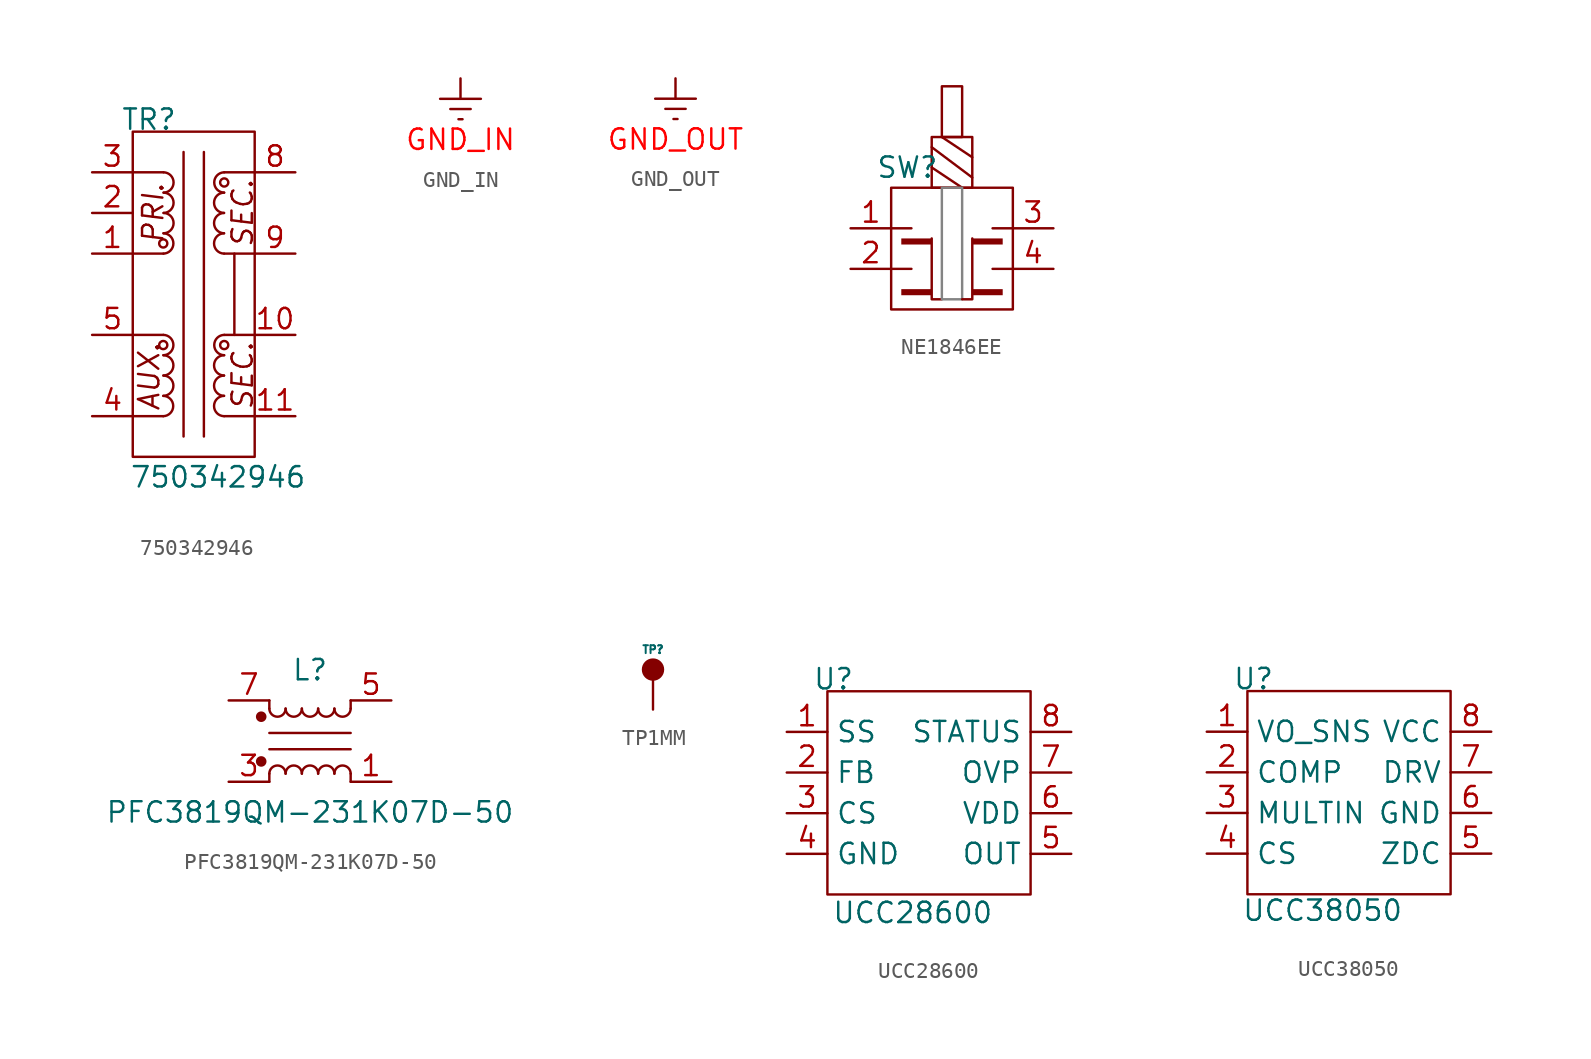
<source format=kicad_sym>
(kicad_symbol_lib
  (version 20220914)
  (generator kicad_symbol_editor)
  (symbol "750342946"
    (pin_names hide)
    (property "Reference" "TR"
      (at 1.016 0.762 0)
      (do_not_autoplace)
      (effects (font (size 1.27 1.27))))
    (property "Value" "750342946"
      (at 5.334 -21.59 0)
      (do_not_autoplace)
      (effects (font (size 1.27 1.27))))
    (symbol "750342946_0_1"
      (polyline (pts (xy 1.905 -17.78) (xy 0 -17.78)) (stroke (width 0) (type default)) (fill (type none)))
      (polyline (pts (xy 1.905 -12.7) (xy 0 -12.7)) (stroke (width 0) (type default)) (fill (type none)))
      (polyline (pts (xy 1.916 -7.62) (xy 0.011 -7.62)) (stroke (width 0) (type default)) (fill (type none)))
      (polyline (pts (xy 1.916 -2.54) (xy 0.011 -2.54)) (stroke (width 0) (type default)) (fill (type none)))
      (polyline (pts (xy 3.175 -19.05) (xy 3.175 -1.27)) (stroke (width 0) (type default)) (fill (type none)))
      (polyline (pts (xy 4.445 -1.27) (xy 4.445 -19.05)) (stroke (width 0) (type default)) (fill (type none)))
      (polyline (pts (xy 5.715 -17.78) (xy 7.62 -17.78)) (stroke (width 0) (type default)) (fill (type none)))
      (polyline (pts (xy 5.715 -12.7) (xy 7.62 -12.7)) (stroke (width 0) (type default)) (fill (type none)))
      (polyline (pts (xy 5.715 -7.62) (xy 7.62 -7.62)) (stroke (width 0) (type default)) (fill (type none)))
      (polyline (pts (xy 5.715 -2.54) (xy 7.62 -2.54)) (stroke (width 0) (type default)) (fill (type none)))
      (polyline (pts (xy 6.35 -12.7) (xy 6.35 -7.62)) (stroke (width 0) (type default)) (fill (type none)))
      (rectangle (start 0 0) (end 7.62 -20.32) (stroke (width 0) (type default)) (fill (type none)))
      (arc (start 1.905 -17.78) (mid 2.5291 -17.145) (end 1.905 -16.51) (stroke (width 0) (type default)) (fill (type none)))
      (circle (center 1.905 -13.335) (radius 0.254) (stroke (width 0) (type default)) (fill (type none)))
      (circle (center 1.905 -6.985) (radius 0.254) (stroke (width 0) (type default)) (fill (type none)))
      (arc (start 1.916 -16.51) (mid 2.5401 -15.875) (end 1.916 -15.24) (stroke (width 0) (type default)) (fill (type none)))
      (arc (start 1.916 -15.24) (mid 2.5401 -14.605) (end 1.916 -13.97) (stroke (width 0) (type default)) (fill (type none)))
      (arc (start 1.916 -13.97) (mid 2.5401 -13.335) (end 1.916 -12.7) (stroke (width 0) (type default)) (fill (type none)))
      (arc (start 1.916 -7.62) (mid 2.5401 -6.985) (end 1.916 -6.35) (stroke (width 0) (type default)) (fill (type none)))
      (arc (start 1.927 -6.35) (mid 2.5511 -5.715) (end 1.927 -5.08) (stroke (width 0) (type default)) (fill (type none)))
      (arc (start 1.927 -5.08) (mid 2.5511 -4.445) (end 1.927 -3.81) (stroke (width 0) (type default)) (fill (type none)))
      (arc (start 1.927 -3.81) (mid 2.5511 -3.175) (end 1.927 -2.54) (stroke (width 0) (type default)) (fill (type none)))
      (arc (start 5.704 -16.51) (mid 5.0799 -17.145) (end 5.704 -17.78) (stroke (width 0) (type default)) (fill (type none)))
      (arc (start 5.704 -15.24) (mid 5.0799 -15.875) (end 5.704 -16.51) (stroke (width 0) (type default)) (fill (type none)))
      (arc (start 5.704 -13.97) (mid 5.0799 -14.605) (end 5.704 -15.24) (stroke (width 0) (type default)) (fill (type none)))
      (arc (start 5.704 -6.35) (mid 5.0799 -6.985) (end 5.704 -7.62) (stroke (width 0) (type default)) (fill (type none)))
      (arc (start 5.704 -5.08) (mid 5.0799 -5.715) (end 5.704 -6.35) (stroke (width 0) (type default)) (fill (type none)))
      (arc (start 5.704 -3.81) (mid 5.0799 -4.445) (end 5.704 -5.08) (stroke (width 0) (type default)) (fill (type none)))
      (circle (center 5.715 -13.335) (radius 0.254) (stroke (width 0) (type default)) (fill (type none)))
      (arc (start 5.715 -12.7) (mid 5.0909 -13.335) (end 5.715 -13.97) (stroke (width 0) (type default)) (fill (type none)))
      (circle (center 5.715 -3.175) (radius 0.254) (stroke (width 0) (type default)) (fill (type none)))
      (arc (start 5.715 -2.54) (mid 5.0909 -3.175) (end 5.715 -3.81) (stroke (width 0) (type default)) (fill (type none)))
      (text "AUX." (at 1.016 -15.291 900) (effects (font (size 1.27 1.27) italic)))
      (text "PRI." (at 1.27 -5.08 900) (effects (font (size 1.27 1.27) italic)))
      (text "SEC." (at 6.858 -15.24 900) (effects (font (size 1.27 1.27) italic)))
      (text "SEC." (at 6.858 -5.08 900) (effects (font (size 1.27 1.27) italic))))
    (symbol "750342946_1_1"
      (pin input line (at -2.54 -7.62 0) (length 2.54) (name "1" (effects (font (size 1.27 1.27)))) (number "1" (effects (font (size 1.27 1.27)))))
      (pin input line (at 10.16 -12.7 180) (length 2.54) (name "10" (effects (font (size 1.27 1.27)))) (number "10" (effects (font (size 1.27 1.27)))))
      (pin input line (at 10.16 -17.78 180) (length 2.54) (name "11" (effects (font (size 1.27 1.27)))) (number "11" (effects (font (size 1.27 1.27)))))
      (pin input line (at -2.54 -5.08 0) (length 2.54) (name "2" (effects (font (size 1.27 1.27)))) (number "2" (effects (font (size 1.27 1.27)))))
      (pin input line (at -2.54 -2.54 0) (length 2.54) (name "3" (effects (font (size 1.27 1.27)))) (number "3" (effects (font (size 1.27 1.27)))))
      (pin input line (at -2.54 -17.78 0) (length 2.54) (name "4" (effects (font (size 1.27 1.27)))) (number "4" (effects (font (size 1.27 1.27)))))
      (pin input line (at -2.54 -12.7 0) (length 2.54) (name "5" (effects (font (size 1.27 1.27)))) (number "5" (effects (font (size 1.27 1.27)))))
      (pin input line (at 10.16 -2.54 180) (length 2.54) (name "8" (effects (font (size 1.27 1.27)))) (number "8" (effects (font (size 1.27 1.27)))))
      (pin input line (at 10.16 -7.62 180) (length 2.54) (name "9" (effects (font (size 1.27 1.27)))) (number "9" (effects (font (size 1.27 1.27)))))))
  (symbol "GND_IN"
    (power)
    (pin_numbers hide)
    (pin_names
      (offset 0) hide)
    (property "Reference" "#PWR"
      (at 0 -6.35 0)
      (effects (font (size 1.27 1.27)) hide))
    (property "Value" "GND_IN"
      (at 0 -3.81 0)
      (effects (font (size 1.27 1.27) (color 255 0 0 1))))
    (symbol "GND_IN_0_1"
      (polyline (pts (xy -0.635 -1.905) (xy 0.635 -1.905)) (stroke (width 0) (type default)) (fill (type none)))
      (polyline (pts (xy -0.127 -2.54) (xy 0.127 -2.54)) (stroke (width 0) (type default)) (fill (type none)))
      (polyline (pts (xy 0 -1.27) (xy 0 0)) (stroke (width 0) (type default)) (fill (type none)))
      (polyline (pts (xy 1.27 -1.27) (xy -1.27 -1.27)) (stroke (width 0) (type default)) (fill (type none))))
    (symbol "GND_IN_1_1"
      (pin power_in line (at 0 0 270) (length 0) hide (name "GND_IN" (effects (font (size 1.27 1.27)))) (number "1" (effects (font (size 1.27 1.27)))))))
  (symbol "GND_OUT"
    (power)
    (pin_numbers hide)
    (pin_names
      (offset 0) hide)
    (property "Reference" "#PWR"
      (at 0 -6.35 0)
      (effects (font (size 1.27 1.27)) hide))
    (property "Value" "GND_OUT"
      (at 0 -3.81 0)
      (effects (font (size 1.27 1.27) (color 255 0 0 1))))
    (symbol "GND_OUT_0_1"
      (polyline (pts (xy -0.635 -1.905) (xy 0.635 -1.905)) (stroke (width 0) (type default)) (fill (type none)))
      (polyline (pts (xy -0.127 -2.54) (xy 0.127 -2.54)) (stroke (width 0) (type default)) (fill (type none)))
      (polyline (pts (xy 0 -1.27) (xy 0 0)) (stroke (width 0) (type default)) (fill (type none)))
      (polyline (pts (xy 1.27 -1.27) (xy -1.27 -1.27)) (stroke (width 0) (type default)) (fill (type none))))
    (symbol "GND_OUT_1_1"
      (pin power_in line (at 0 0 270) (length 0) hide (name "GND_OUT" (effects (font (size 1.27 1.27)))) (number "1" (effects (font (size 1.27 1.27)))))))
  (symbol "NE1846EE"
    (pin_names hide)
    (property "Reference" "SW"
      (at 3.556 3.81 0)
      (effects (font (size 1.27 1.27))))
    (property "Value" ""
      (at 2.54 5.08 0)
      (effects (font (size 1.27 1.27))))
    (symbol "NE1846EE_0_1"
      (polyline (pts (xy 2.54 -2.54) (xy 3.81 -2.54)) (stroke (width 0) (type default)) (fill (type none)))
      (polyline (pts (xy 2.54 0) (xy 3.81 0)) (stroke (width 0) (type default)) (fill (type none)))
      (polyline (pts (xy 5.08 3.81) (xy 6.985 2.54)) (stroke (width 0) (type default)) (fill (type none)))
      (polyline (pts (xy 5.08 5.08) (xy 7.62 3.175)) (stroke (width 0) (type default)) (fill (type none)))
      (polyline (pts (xy 5.715 5.715) (xy 7.62 4.445)) (stroke (width 0) (type default)) (fill (type none)))
      (polyline (pts (xy 8.89 -2.54) (xy 10.16 -2.54)) (stroke (width 0) (type default)) (fill (type none)))
      (polyline (pts (xy 8.89 0) (xy 10.16 0)) (stroke (width 0) (type default)) (fill (type none)))
      (rectangle (start 2.54 2.54) (end 10.16 -5.08) (stroke (width 0) (type default)) (fill (type none)))
      (rectangle (start 5.08 5.715) (end 7.62 2.54) (stroke (width 0) (type default)) (fill (type none)))
      (rectangle (start 5.715 8.89) (end 6.985 5.715) (stroke (width 0) (type default)) (fill (type none))))
    (symbol "NE1846EE_1_1"
      (polyline (pts (xy 5.08 -0.635) (xy 5.08 -4.445) (xy 5.715 -4.445)) (stroke (width 0) (type default)) (fill (type none)))
      (polyline (pts (xy 7.62 -0.635) (xy 7.62 -4.445) (xy 6.985 -4.445)) (stroke (width 0) (type default)) (fill (type none)))
      (rectangle (start 3.175 -4.191) (end 5.08 -3.81) (stroke (width -0.0001) (type default) (color 0 0 0 1)) (fill (type color) (color 132 0 0 1)))
      (rectangle (start 3.175 -1.016) (end 5.08 -0.635) (stroke (width -0.0001) (type default) (color 0 0 0 1)) (fill (type color) (color 132 0 0 1)))
      (rectangle (start 5.715 2.54) (end 6.985 -4.445) (stroke (width 0) (type solid) (color 132 132 132 1)) (fill (type none)))
      (rectangle (start 7.62 -3.81) (end 9.525 -4.191) (stroke (width -0.0001) (type default) (color 0 0 0 1)) (fill (type color) (color 132 0 0 1)))
      (rectangle (start 7.62 -0.635) (end 9.525 -1.016) (stroke (width -0.0001) (type default) (color 0 0 0 1)) (fill (type color) (color 132 0 0 1)))
      (pin input line (at 0 0 0) (length 2.54) (name "1" (effects (font (size 1.27 1.27)))) (number "1" (effects (font (size 1.27 1.27)))))
      (pin input line (at 0 -2.54 0) (length 2.54) (name "2" (effects (font (size 1.27 1.27)))) (number "2" (effects (font (size 1.27 1.27)))))
      (pin input line (at 12.7 0 180) (length 2.54) (name "3" (effects (font (size 1.27 1.27)))) (number "3" (effects (font (size 1.27 1.27)))))
      (pin input line (at 12.7 -2.54 180) (length 2.54) (name "4" (effects (font (size 1.27 1.27)))) (number "4" (effects (font (size 1.27 1.27)))))))
  (symbol "PFC3819QM-231K07D-50"
    (pin_names hide)
    (property "Reference" "L"
      (at 0 4.445 0)
      (effects (font (size 1.27 1.27))))
    (property "Value" "PFC3819QM-231K07D-50"
      (at 0 -4.445 0)
      (effects (font (size 1.27 1.27))))
    (symbol "PFC3819QM-231K07D-50_0_1"
      (circle (center -3.048 -1.27) (radius 0.254) (stroke (width 0) (type default)) (fill (type outline)))
      (circle (center -3.048 1.524) (radius 0.254) (stroke (width 0) (type default)) (fill (type outline)))
      (arc (start -2.54 2.032) (mid -2.032 1.5262) (end -1.524 2.032) (stroke (width 0) (type default)) (fill (type none)))
      (arc (start -1.524 -2.032) (mid -2.032 -1.5262) (end -2.54 -2.032) (stroke (width 0) (type default)) (fill (type none)))
      (arc (start -1.524 2.032) (mid -1.016 1.5262) (end -0.508 2.032) (stroke (width 0) (type default)) (fill (type none)))
      (arc (start -0.508 -2.032) (mid -1.016 -1.5262) (end -1.524 -2.032) (stroke (width 0) (type default)) (fill (type none)))
      (arc (start -0.508 2.032) (mid 0 1.5262) (end 0.508 2.032) (stroke (width 0) (type default)) (fill (type none)))
      (polyline (pts (xy -2.54 -2.032) (xy -2.54 -2.54)) (stroke (width 0) (type default)) (fill (type none)))
      (polyline (pts (xy -2.54 0.508) (xy 2.54 0.508)) (stroke (width 0) (type default)) (fill (type none)))
      (polyline (pts (xy -2.54 2.032) (xy -2.54 2.54)) (stroke (width 0) (type default)) (fill (type none)))
      (polyline (pts (xy 2.54 -2.032) (xy 2.54 -2.54)) (stroke (width 0) (type default)) (fill (type none)))
      (polyline (pts (xy 2.54 -0.508) (xy -2.54 -0.508)) (stroke (width 0) (type default)) (fill (type none)))
      (polyline (pts (xy 2.54 2.54) (xy 2.54 2.032)) (stroke (width 0) (type default)) (fill (type none)))
      (arc (start 0.508 -2.032) (mid 0 -1.5262) (end -0.508 -2.032) (stroke (width 0) (type default)) (fill (type none)))
      (arc (start 0.508 2.032) (mid 1.016 1.5262) (end 1.524 2.032) (stroke (width 0) (type default)) (fill (type none)))
      (arc (start 1.524 -2.032) (mid 1.016 -1.5262) (end 0.508 -2.032) (stroke (width 0) (type default)) (fill (type none)))
      (arc (start 1.524 2.032) (mid 2.032 1.5262) (end 2.54 2.032) (stroke (width 0) (type default)) (fill (type none)))
      (arc (start 2.54 -2.032) (mid 2.032 -1.5262) (end 1.524 -2.032) (stroke (width 0) (type default)) (fill (type none))))
    (symbol "PFC3819QM-231K07D-50_1_1"
      (pin passive line (at 5.08 -2.54 180) (length 2.54) (name "1" (effects (font (size 1.27 1.27)))) (number "1" (effects (font (size 1.27 1.27)))))
      (pin passive line (at -5.08 -2.54 0) (length 2.54) (name "3" (effects (font (size 1.27 1.27)))) (number "3" (effects (font (size 1.27 1.27)))))
      (pin passive line (at 5.08 2.54 180) (length 2.54) (name "5" (effects (font (size 1.27 1.27)))) (number "5" (effects (font (size 1.27 1.27)))))
      (pin passive line (at -5.08 2.54 0) (length 2.54) (name "7" (effects (font (size 1.27 1.27)))) (number "7" (effects (font (size 1.27 1.27)))))))
  (symbol "TP1MM"
    (pin_numbers hide)
    (pin_names hide)
    (property "Reference" "TP"
      (at 0 1.27 0)
      (effects (font (size 0.5 0.5))))
    (symbol "TP1MM_0_1"
      (circle (center 0 0) (radius 0.635) (stroke (width 0) (type default) (color 132 0 0 1)) (fill (type color) (color 132 0 0 1)))
      (pin passive line (at 0 -2.54 90) (length 2.54) (name "1" (effects (font (size 1.27 1.27)))) (number "1" (effects (font (size 1.27 1.27)))))))
  (symbol "UCC28600"
    (property "Reference" "U"
      (at 0.381 0.762 0)
      (effects (font (size 1.27 1.27))))
    (property "Value" "UCC28600"
      (at 5.334 -13.843 0)
      (effects (font (size 1.27 1.27))))
    (symbol "UCC28600_0_1"
      (rectangle (start 0 0) (end 12.7 -12.7) (stroke (width 0) (type default)) (fill (type none))))
    (symbol "UCC28600_1_1"
      (pin input line (at -2.54 -2.54 0) (length 2.54) (name "SS" (effects (font (size 1.27 1.27)))) (number "1" (effects (font (size 1.27 1.27)))))
      (pin input line (at -2.54 -5.08 0) (length 2.54) (name "FB" (effects (font (size 1.27 1.27)))) (number "2" (effects (font (size 1.27 1.27)))))
      (pin input line (at -2.54 -7.62 0) (length 2.54) (name "CS" (effects (font (size 1.27 1.27)))) (number "3" (effects (font (size 1.27 1.27)))))
      (pin input line (at -2.54 -10.16 0) (length 2.54) (name "GND" (effects (font (size 1.27 1.27)))) (number "4" (effects (font (size 1.27 1.27)))))
      (pin input line (at 15.24 -10.16 180) (length 2.54) (name "OUT" (effects (font (size 1.27 1.27)))) (number "5" (effects (font (size 1.27 1.27)))))
      (pin input line (at 15.24 -7.62 180) (length 2.54) (name "VDD" (effects (font (size 1.27 1.27)))) (number "6" (effects (font (size 1.27 1.27)))))
      (pin input line (at 15.24 -5.08 180) (length 2.54) (name "OVP" (effects (font (size 1.27 1.27)))) (number "7" (effects (font (size 1.27 1.27)))))
      (pin input line (at 15.24 -2.54 180) (length 2.54) (name "STATUS" (effects (font (size 1.27 1.27)))) (number "8" (effects (font (size 1.27 1.27)))))))
  (symbol "UCC38050"
    (property "Reference" "U"
      (at 0.381 0.762 0)
      (effects (font (size 1.27 1.27))))
    (property "Value" "UCC38050"
      (at 4.699 -13.716 0)
      (effects (font (size 1.27 1.27))))
    (symbol "UCC38050_0_1"
      (rectangle (start 0 0) (end 12.7 -12.7) (stroke (width 0) (type default)) (fill (type none))))
    (symbol "UCC38050_1_1"
      (pin passive line (at -2.54 -2.54 0) (length 2.54) (name "VO_SNS" (effects (font (size 1.27 1.27)))) (number "1" (effects (font (size 1.27 1.27)))))
      (pin passive line (at -2.54 -5.08 0) (length 2.54) (name "COMP" (effects (font (size 1.27 1.27)))) (number "2" (effects (font (size 1.27 1.27)))))
      (pin passive line (at -2.54 -7.62 0) (length 2.54) (name "MULTIN" (effects (font (size 1.27 1.27)))) (number "3" (effects (font (size 1.27 1.27)))))
      (pin passive line (at -2.54 -10.16 0) (length 2.54) (name "CS" (effects (font (size 1.27 1.27)))) (number "4" (effects (font (size 1.27 1.27)))))
      (pin passive line (at 15.24 -10.16 180) (length 2.54) (name "ZDC" (effects (font (size 1.27 1.27)))) (number "5" (effects (font (size 1.27 1.27)))))
      (pin passive line (at 15.24 -7.62 180) (length 2.54) (name "GND" (effects (font (size 1.27 1.27)))) (number "6" (effects (font (size 1.27 1.27)))))
      (pin passive line (at 15.24 -5.08 180) (length 2.54) (name "DRV" (effects (font (size 1.27 1.27)))) (number "7" (effects (font (size 1.27 1.27)))))
      (pin passive line (at 15.24 -2.54 180) (length 2.54) (name "VCC" (effects (font (size 1.27 1.27)))) (number "8" (effects (font (size 1.27 1.27))))))))
</source>
